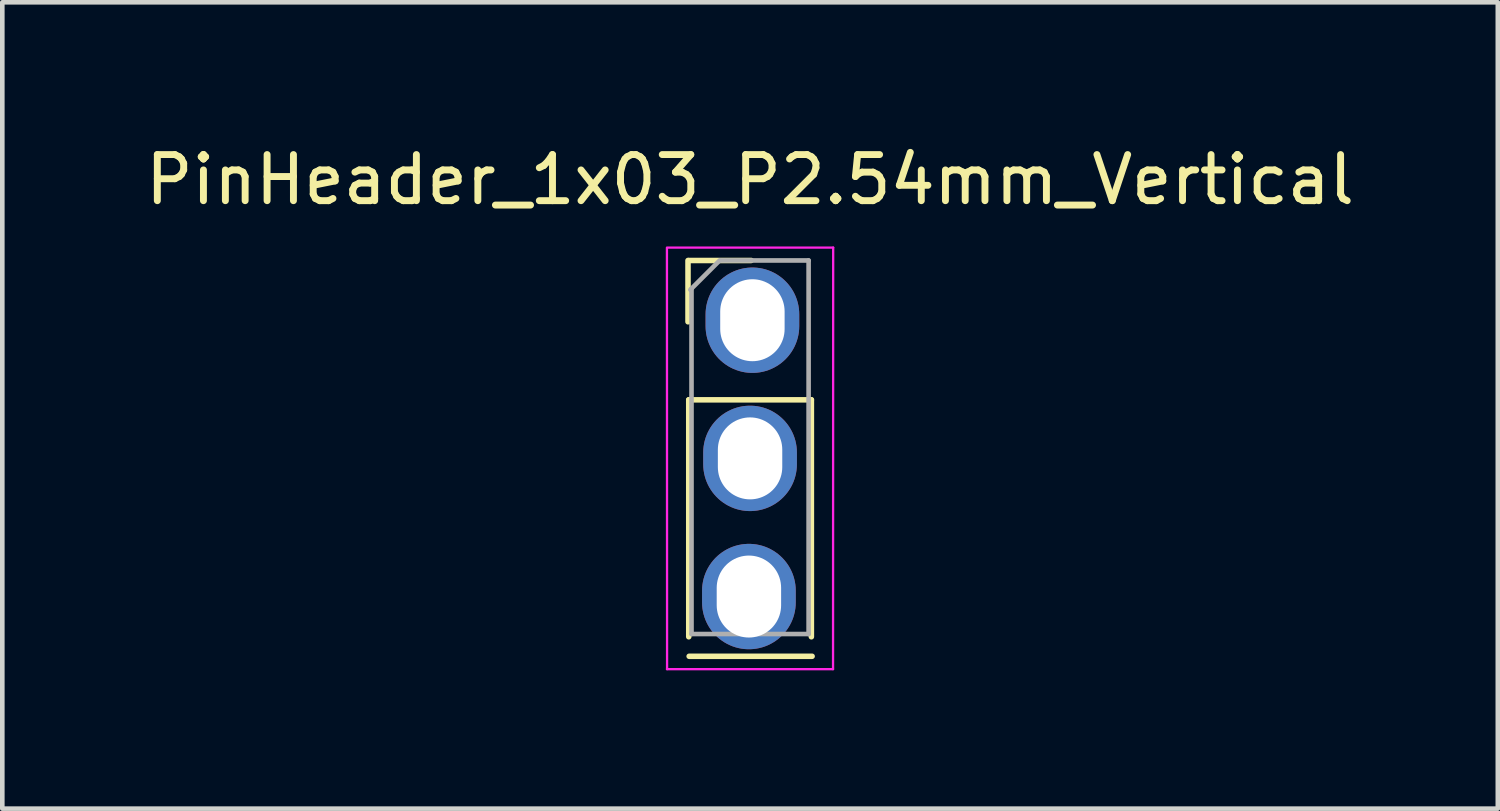
<source format=kicad_pcb>
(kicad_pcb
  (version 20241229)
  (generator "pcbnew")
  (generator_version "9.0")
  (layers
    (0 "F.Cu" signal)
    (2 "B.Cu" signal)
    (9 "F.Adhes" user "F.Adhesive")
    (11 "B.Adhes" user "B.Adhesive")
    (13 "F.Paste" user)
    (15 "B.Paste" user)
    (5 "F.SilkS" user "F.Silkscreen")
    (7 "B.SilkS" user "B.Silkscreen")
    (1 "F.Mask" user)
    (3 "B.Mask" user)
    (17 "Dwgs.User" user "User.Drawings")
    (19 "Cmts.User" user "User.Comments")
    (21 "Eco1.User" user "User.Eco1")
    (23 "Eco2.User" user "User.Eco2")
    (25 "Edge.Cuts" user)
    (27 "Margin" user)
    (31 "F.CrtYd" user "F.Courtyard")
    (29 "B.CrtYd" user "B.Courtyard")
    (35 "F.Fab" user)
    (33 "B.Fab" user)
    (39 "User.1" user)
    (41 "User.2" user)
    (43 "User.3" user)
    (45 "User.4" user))
  (footprint "PinHeader_1x03_P2.54mm_Vertical"
    (layer "F.Cu")
    (at 13.22 6.893)
    (property "Reference" "PinHeader_1x03_P2.54mm_Vertical" (at 0 -6.045 0) (layer "F.SilkS") (effects (font (size 1 1) (thickness 0.15))))
    (attr through_hole)
    (fp_line (start -1.346 -2.963) (end -1.346 -4.293) (stroke (width 0.12) (type solid)) (layer "F.SilkS"))
    (fp_line (start -1.33 -1.27) (end -1.33 3.87) (stroke (width 0.12) (type solid)) (layer "F.SilkS"))
    (fp_line (start -1.33 -1.27) (end 1.33 -1.27) (stroke (width 0.12) (type solid)) (layer "F.SilkS"))
    (fp_line (start -1.321 -4.293) (end 0.025 -4.293) (stroke (width 0.12) (type solid)) (layer "F.SilkS"))
    (fp_line (start -1.321 4.293) (end 1.346 4.293) (stroke (width 0.12) (type solid)) (layer "F.SilkS"))
    (fp_line (start 1.33 -1.27) (end 1.33 3.87) (stroke (width 0.12) (type solid)) (layer "F.SilkS"))
    (fp_line (start -1.803 -4.572) (end -1.8 4.572) (stroke (width 0.05) (type solid)) (layer "F.CrtYd"))
    (fp_line (start -1.803 4.572) (end 1.8 4.572) (stroke (width 0.05) (type solid)) (layer "F.CrtYd"))
    (fp_line (start 1.8 4.572) (end 1.803 -4.572) (stroke (width 0.05) (type solid)) (layer "F.CrtYd"))
    (fp_line (start 1.803 -4.572) (end -1.778 -4.572) (stroke (width 0.05) (type solid)) (layer "F.CrtYd"))
    (fp_line (start -1.295 -3.658) (end -0.66 -4.293) (stroke (width 0.1) (type solid)) (layer "F.Fab"))
    (fp_line (start -1.27 3.81) (end -1.27 -3.683) (stroke (width 0.1) (type solid)) (layer "F.Fab"))
    (fp_line (start -0.635 -4.293) (end 1.27 -4.293) (stroke (width 0.1) (type solid)) (layer "F.Fab"))
    (fp_line (start 1.27 -4.293) (end 1.27 3.81) (stroke (width 0.1) (type solid)) (layer "F.Fab"))
    (fp_line (start 1.27 3.81) (end -1.27 3.81) (stroke (width 0.1) (type solid)) (layer "F.Fab"))
    (pad "1" thru_hole oval (at 0.051 -2.997) (size 2.032 2.286) (drill oval 1.397 1.778) (layers "*.Cu" "*.Mask"))
    (pad "2" thru_hole oval (at 0 0) (size 2.032 2.286) (drill oval 1.397 1.778) (layers "*.Cu" "*.Mask"))
    (pad "3" thru_hole oval (at -0.025 2.997) (size 2.032 2.286) (drill oval 1.397 1.778) (layers "*.Cu" "*.Mask")))
  (gr_rect
    (start -3 -3)
    (end 29.44 14.49)
    (stroke (width 0.1) (type default))
    (fill no)
    (layer "Edge.Cuts")))
</source>
